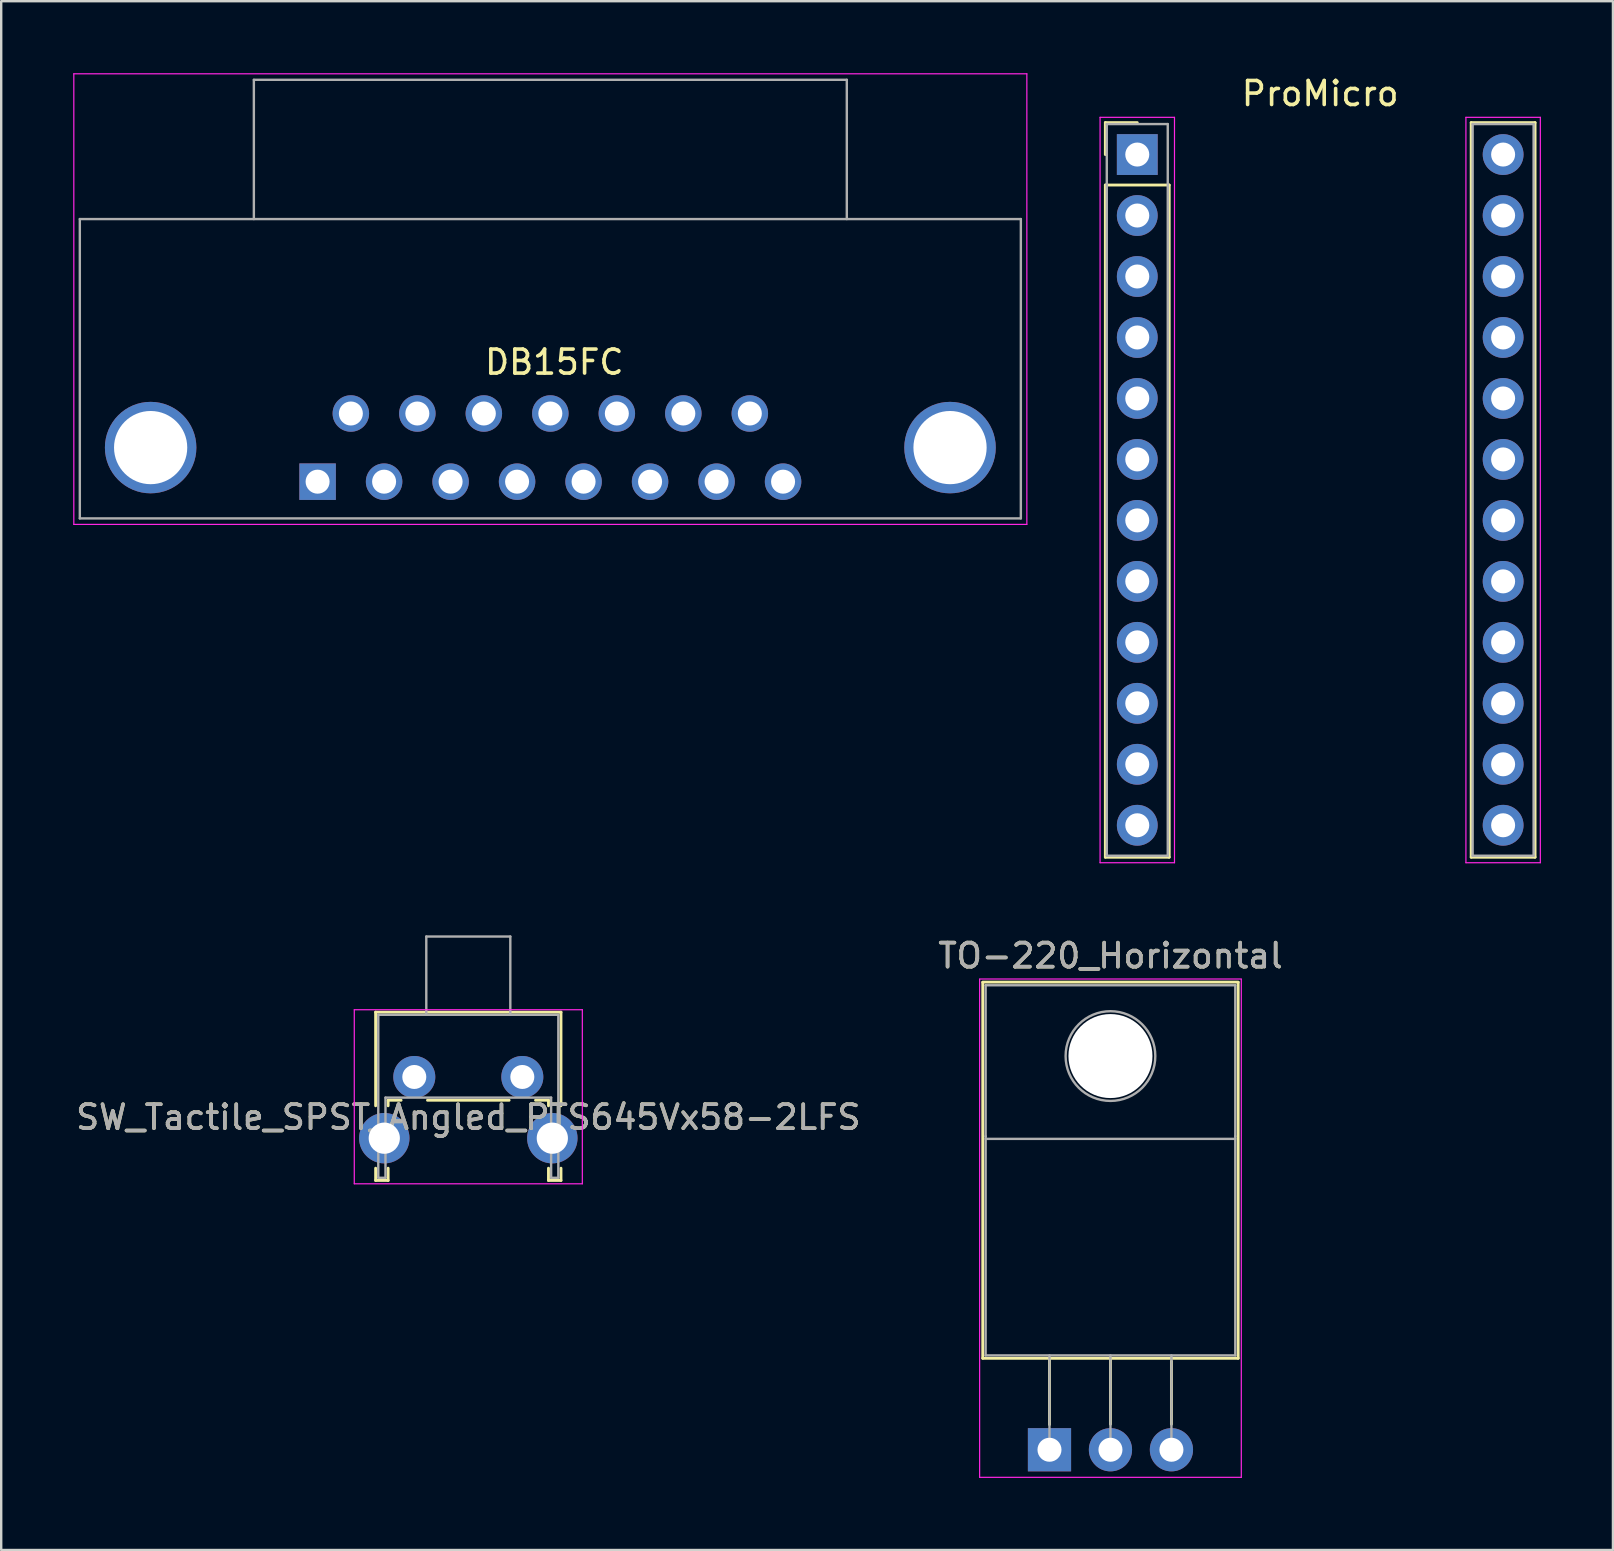
<source format=kicad_pcb>
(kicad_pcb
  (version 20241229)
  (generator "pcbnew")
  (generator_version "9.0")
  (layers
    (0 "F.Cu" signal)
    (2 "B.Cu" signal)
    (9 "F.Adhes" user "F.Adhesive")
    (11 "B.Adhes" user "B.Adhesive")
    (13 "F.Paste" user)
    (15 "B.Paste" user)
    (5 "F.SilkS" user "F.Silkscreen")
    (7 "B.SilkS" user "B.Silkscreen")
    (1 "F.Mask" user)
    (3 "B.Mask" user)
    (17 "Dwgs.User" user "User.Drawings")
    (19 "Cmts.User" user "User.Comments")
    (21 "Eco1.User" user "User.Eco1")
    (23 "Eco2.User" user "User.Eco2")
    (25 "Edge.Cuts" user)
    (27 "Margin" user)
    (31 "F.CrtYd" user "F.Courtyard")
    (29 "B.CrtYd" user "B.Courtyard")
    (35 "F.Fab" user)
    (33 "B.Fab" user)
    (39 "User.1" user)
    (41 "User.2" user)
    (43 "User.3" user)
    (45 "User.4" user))
  (footprint "ProMicro"
    (layer "F.Cu")
    (at 51.945 3.388)
    (property "Reference" "ProMicro" (at 0 -2.54 0) (layer "F.SilkS") (effects (font (size 1 1) (thickness 0.15))))
    (attr through_hole)
    (fp_line (start -8.95 -1.33) (end -7.62 -1.33) (stroke (width 0.12) (type solid)) (layer "F.SilkS"))
    (fp_line (start -8.95 0) (end -8.95 -1.33) (stroke (width 0.12) (type solid)) (layer "F.SilkS"))
    (fp_line (start -8.95 1.27) (end -8.95 29.27) (stroke (width 0.12) (type solid)) (layer "F.SilkS"))
    (fp_line (start -8.95 29.27) (end -6.29 29.27) (stroke (width 0.12) (type solid)) (layer "F.SilkS"))
    (fp_line (start -6.29 1.27) (end -8.95 1.27) (stroke (width 0.12) (type solid)) (layer "F.SilkS"))
    (fp_line (start -6.29 29.27) (end -6.29 1.27) (stroke (width 0.12) (type solid)) (layer "F.SilkS"))
    (fp_line (start 6.29 -1.33) (end 6.29 29.27) (stroke (width 0.12) (type solid)) (layer "F.SilkS"))
    (fp_line (start 6.29 29.27) (end 8.95 29.27) (stroke (width 0.12) (type solid)) (layer "F.SilkS"))
    (fp_line (start 8.95 -1.33) (end 6.29 -1.33) (stroke (width 0.12) (type solid)) (layer "F.SilkS"))
    (fp_line (start 8.95 29.27) (end 8.95 -1.33) (stroke (width 0.12) (type solid)) (layer "F.SilkS"))
    (fp_line (start -9.17 -1.55) (end -9.17 29.5) (stroke (width 0.05) (type solid)) (layer "F.CrtYd"))
    (fp_line (start -9.17 29.5) (end -6.07 29.5) (stroke (width 0.05) (type solid)) (layer "F.CrtYd"))
    (fp_line (start -6.07 -1.55) (end -9.17 -1.55) (stroke (width 0.05) (type solid)) (layer "F.CrtYd"))
    (fp_line (start -6.07 29.5) (end -6.07 -1.55) (stroke (width 0.05) (type solid)) (layer "F.CrtYd"))
    (fp_line (start 6.07 -1.55) (end 6.07 29.5) (stroke (width 0.05) (type solid)) (layer "F.CrtYd"))
    (fp_line (start 6.07 29.5) (end 9.17 29.5) (stroke (width 0.05) (type solid)) (layer "F.CrtYd"))
    (fp_line (start 9.17 -1.55) (end 6.07 -1.55) (stroke (width 0.05) (type solid)) (layer "F.CrtYd"))
    (fp_line (start 9.17 29.5) (end 9.17 -1.55) (stroke (width 0.05) (type solid)) (layer "F.CrtYd"))
    (fp_line (start -8.89 -1.27) (end -8.89 29.21) (stroke (width 0.1) (type solid)) (layer "F.Fab"))
    (fp_line (start -8.89 29.21) (end -6.35 29.21) (stroke (width 0.1) (type solid)) (layer "F.Fab"))
    (fp_line (start -6.35 -1.27) (end -8.89 -1.27) (stroke (width 0.1) (type solid)) (layer "F.Fab"))
    (fp_line (start -6.35 29.21) (end -6.35 -1.27) (stroke (width 0.1) (type solid)) (layer "F.Fab"))
    (fp_line (start 6.35 -1.27) (end 6.35 29.21) (stroke (width 0.1) (type solid)) (layer "F.Fab"))
    (fp_line (start 6.35 29.21) (end 8.89 29.21) (stroke (width 0.1) (type solid)) (layer "F.Fab"))
    (fp_line (start 8.89 -1.27) (end 6.35 -1.27) (stroke (width 0.1) (type solid)) (layer "F.Fab"))
    (fp_line (start 8.89 29.21) (end 8.89 -1.27) (stroke (width 0.1) (type solid)) (layer "F.Fab"))
    (pad "1" thru_hole rect (at -7.62 0) (size 1.7 1.7) (drill 1) (layers "*.Cu" "*.Mask"))
    (pad "2" thru_hole oval (at -7.62 2.54) (size 1.7 1.7) (drill 1) (layers "*.Cu" "*.Mask"))
    (pad "3" thru_hole oval (at -7.62 5.08) (size 1.7 1.7) (drill 1) (layers "*.Cu" "*.Mask"))
    (pad "4" thru_hole oval (at -7.62 7.62) (size 1.7 1.7) (drill 1) (layers "*.Cu" "*.Mask"))
    (pad "5" thru_hole oval (at -7.62 10.16) (size 1.7 1.7) (drill 1) (layers "*.Cu" "*.Mask"))
    (pad "6" thru_hole oval (at -7.62 12.7) (size 1.7 1.7) (drill 1) (layers "*.Cu" "*.Mask"))
    (pad "7" thru_hole oval (at -7.62 15.24) (size 1.7 1.7) (drill 1) (layers "*.Cu" "*.Mask"))
    (pad "8" thru_hole oval (at -7.62 17.78) (size 1.7 1.7) (drill 1) (layers "*.Cu" "*.Mask"))
    (pad "9" thru_hole oval (at -7.62 20.32) (size 1.7 1.7) (drill 1) (layers "*.Cu" "*.Mask"))
    (pad "10" thru_hole oval (at -7.62 22.86) (size 1.7 1.7) (drill 1) (layers "*.Cu" "*.Mask"))
    (pad "11" thru_hole oval (at -7.62 25.4) (size 1.7 1.7) (drill 1) (layers "*.Cu" "*.Mask"))
    (pad "12" thru_hole oval (at -7.62 27.94) (size 1.7 1.7) (drill 1) (layers "*.Cu" "*.Mask"))
    (pad "13" thru_hole oval (at 7.62 27.94) (size 1.7 1.7) (drill 1) (layers "*.Cu" "*.Mask"))
    (pad "14" thru_hole oval (at 7.62 25.4) (size 1.7 1.7) (drill 1) (layers "*.Cu" "*.Mask"))
    (pad "15" thru_hole oval (at 7.62 22.86) (size 1.7 1.7) (drill 1) (layers "*.Cu" "*.Mask"))
    (pad "16" thru_hole oval (at 7.62 20.32) (size 1.7 1.7) (drill 1) (layers "*.Cu" "*.Mask"))
    (pad "17" thru_hole oval (at 7.62 17.78) (size 1.7 1.7) (drill 1) (layers "*.Cu" "*.Mask"))
    (pad "18" thru_hole oval (at 7.62 15.24) (size 1.7 1.7) (drill 1) (layers "*.Cu" "*.Mask"))
    (pad "19" thru_hole oval (at 7.62 12.7) (size 1.7 1.7) (drill 1) (layers "*.Cu" "*.Mask"))
    (pad "20" thru_hole oval (at 7.62 10.16) (size 1.7 1.7) (drill 1) (layers "*.Cu" "*.Mask"))
    (pad "21" thru_hole oval (at 7.62 7.62) (size 1.7 1.7) (drill 1) (layers "*.Cu" "*.Mask"))
    (pad "22" thru_hole oval (at 7.62 5.08) (size 1.7 1.7) (drill 1) (layers "*.Cu" "*.Mask"))
    (pad "23" thru_hole oval (at 7.62 2.54) (size 1.7 1.7) (drill 1) (layers "*.Cu" "*.Mask"))
    (pad "24" thru_hole circle (at 7.62 0) (size 1.7 1.7) (drill 1) (layers "*.Cu" "*.Mask")))
  (footprint "TO-220_Horizontal"
    (layer "F.Cu")
    (at 40.668 57.342)
    (property "Reference" "TO-220_Horizontal" (at 2.54 -20.58 0) (layer "F.SilkS") (effects (font (size 1 1) (thickness 0.15))))
    (attr through_hole)
    (fp_line (start -2.78 -19.48) (end 7.86 -19.48) (stroke (width 0.12) (type solid)) (layer "F.SilkS"))
    (fp_line (start -2.78 -19.47) (end -2.78 -3.81) (stroke (width 0.12) (type solid)) (layer "F.SilkS"))
    (fp_line (start -2.78 -3.81) (end 7.86 -3.81) (stroke (width 0.12) (type solid)) (layer "F.SilkS"))
    (fp_line (start 0 -3.81) (end 0 -1.05) (stroke (width 0.12) (type solid)) (layer "F.SilkS"))
    (fp_line (start 2.54 -3.81) (end 2.54 -1.066) (stroke (width 0.12) (type solid)) (layer "F.SilkS"))
    (fp_line (start 5.08 -3.69) (end 5.08 -1.066) (stroke (width 0.12) (type solid)) (layer "F.SilkS"))
    (fp_line (start 7.86 -19.47) (end 7.86 -3.81) (stroke (width 0.12) (type solid)) (layer "F.SilkS"))
    (fp_line (start -2.91 -19.6) (end -2.91 1.15) (stroke (width 0.05) (type solid)) (layer "F.CrtYd"))
    (fp_line (start -2.91 1.15) (end 7.99 1.15) (stroke (width 0.05) (type solid)) (layer "F.CrtYd"))
    (fp_line (start 7.99 -19.61) (end -2.91 -19.61) (stroke (width 0.05) (type solid)) (layer "F.CrtYd"))
    (fp_line (start 7.99 1.15) (end 7.99 -19.6) (stroke (width 0.05) (type solid)) (layer "F.CrtYd"))
    (fp_line (start -2.66 -19.35) (end 7.74 -19.35) (stroke (width 0.1) (type solid)) (layer "F.Fab"))
    (fp_line (start -2.66 -13.06) (end -2.66 -19.35) (stroke (width 0.1) (type solid)) (layer "F.Fab"))
    (fp_line (start -2.66 -12.95) (end 7.74 -12.95) (stroke (width 0.1) (type solid)) (layer "F.Fab"))
    (fp_line (start -2.66 -3.93) (end -2.66 -13.06) (stroke (width 0.1) (type solid)) (layer "F.Fab"))
    (fp_line (start 0 -3.93) (end 0 0) (stroke (width 0.1) (type solid)) (layer "F.Fab"))
    (fp_line (start 2.54 -3.93) (end 2.54 0) (stroke (width 0.1) (type solid)) (layer "F.Fab"))
    (fp_line (start 5.08 -3.93) (end 5.08 0) (stroke (width 0.1) (type solid)) (layer "F.Fab"))
    (fp_line (start 7.74 -19.35) (end 7.74 -13.06) (stroke (width 0.1) (type solid)) (layer "F.Fab"))
    (fp_line (start 7.74 -13.06) (end 7.74 -3.93) (stroke (width 0.1) (type solid)) (layer "F.Fab"))
    (fp_line (start 7.74 -3.93) (end -2.66 -3.93) (stroke (width 0.1) (type solid)) (layer "F.Fab"))
    (fp_circle (center 2.54 -16.4) (end 4.39 -16.66) (stroke (width 0.1) (type solid)) (fill no) (layer "F.Fab"))
    (fp_text user "${REFERENCE}" (at 2.54 -20.58 0) (layer "F.Fab") (effects (font (size 1 1) (thickness 0.15))))
    (pad "" np_thru_hole oval (at 2.54 -16.4) (size 3.5 3.5) (drill 3.5) (layers "*.Cu" "*.Mask"))
    (pad "1" thru_hole rect (at 0 0) (size 1.8 1.8) (drill 1) (layers "*.Cu" "*.Mask"))
    (pad "2" thru_hole oval (at 2.54 0) (size 1.8 1.8) (drill 1) (layers "*.Cu" "*.Mask"))
    (pad "3" thru_hole oval (at 5.08 0) (size 1.8 1.8) (drill 1) (layers "*.Cu" "*.Mask")))
  (footprint "DB15FC"
    (layer "F.Cu")
    (at 10.18 17.015)
    (property "Reference" "DB15FC" (at 9.86 -4.98 0) (layer "F.SilkS") (effects (font (size 1 1) (thickness 0.15))))
    (attr through_hole)
    (fp_line (start -10.155 -16.99) (end -10.155 1.78) (stroke (width 0.05) (type solid)) (layer "F.CrtYd"))
    (fp_line (start -10.155 -16.99) (end 29.545 -16.99) (stroke (width 0.05) (type solid)) (layer "F.CrtYd"))
    (fp_line (start 29.545 1.78) (end -10.155 1.78) (stroke (width 0.05) (type solid)) (layer "F.CrtYd"))
    (fp_line (start 29.545 1.78) (end 29.545 -16.99) (stroke (width 0.05) (type solid)) (layer "F.CrtYd"))
    (fp_line (start -9.905 -10.94) (end 29.295 -10.94) (stroke (width 0.1) (type solid)) (layer "F.Fab"))
    (fp_line (start -9.905 1.53) (end -9.905 -10.94) (stroke (width 0.1) (type solid)) (layer "F.Fab"))
    (fp_line (start -2.655 -16.74) (end -2.655 -10.94) (stroke (width 0.1) (type solid)) (layer "F.Fab"))
    (fp_line (start -2.655 -16.74) (end 22.045 -16.74) (stroke (width 0.1) (type solid)) (layer "F.Fab"))
    (fp_line (start 22.045 -10.94) (end 22.045 -16.74) (stroke (width 0.1) (type solid)) (layer "F.Fab"))
    (fp_line (start 29.295 1.53) (end -9.905 1.53) (stroke (width 0.1) (type solid)) (layer "F.Fab"))
    (fp_line (start 29.295 1.53) (end 29.295 -10.94) (stroke (width 0.1) (type solid)) (layer "F.Fab"))
    (pad "" thru_hole circle (at -6.955 -1.42) (size 3.81 3.81) (drill 3.05) (layers "*.Cu" "*.Mask"))
    (pad "" thru_hole circle (at 26.345 -1.42) (size 3.81 3.81) (drill 3.05) (layers "*.Cu" "*.Mask"))
    (pad "1" thru_hole rect (at 0 0) (size 1.52 1.52) (drill 1) (layers "*.Cu" "*.Mask"))
    (pad "2" thru_hole circle (at 2.77 0) (size 1.52 1.52) (drill 1) (layers "*.Cu" "*.Mask"))
    (pad "3" thru_hole circle (at 5.54 0) (size 1.52 1.52) (drill 1) (layers "*.Cu" "*.Mask"))
    (pad "4" thru_hole circle (at 8.31 0) (size 1.52 1.52) (drill 1) (layers "*.Cu" "*.Mask"))
    (pad "5" thru_hole circle (at 11.08 0) (size 1.52 1.52) (drill 1) (layers "*.Cu" "*.Mask"))
    (pad "6" thru_hole circle (at 13.85 0) (size 1.52 1.52) (drill 1) (layers "*.Cu" "*.Mask"))
    (pad "7" thru_hole circle (at 16.62 0) (size 1.52 1.52) (drill 1) (layers "*.Cu" "*.Mask"))
    (pad "8" thru_hole circle (at 19.39 0) (size 1.52 1.52) (drill 1) (layers "*.Cu" "*.Mask"))
    (pad "9" thru_hole circle (at 1.385 -2.84) (size 1.52 1.52) (drill 1) (layers "*.Cu" "*.Mask"))
    (pad "10" thru_hole circle (at 4.155 -2.84) (size 1.52 1.52) (drill 1) (layers "*.Cu" "*.Mask"))
    (pad "11" thru_hole circle (at 6.925 -2.84) (size 1.52 1.52) (drill 1) (layers "*.Cu" "*.Mask"))
    (pad "12" thru_hole circle (at 9.695 -2.84) (size 1.52 1.52) (drill 1) (layers "*.Cu" "*.Mask"))
    (pad "13" thru_hole circle (at 12.465 -2.84) (size 1.52 1.52) (drill 1) (layers "*.Cu" "*.Mask"))
    (pad "14" thru_hole circle (at 15.235 -2.84) (size 1.52 1.52) (drill 1) (layers "*.Cu" "*.Mask"))
    (pad "15" thru_hole circle (at 18.005 -2.84) (size 1.52 1.52) (drill 1) (layers "*.Cu" "*.Mask")))
  (footprint "SW_Tactile_SPST_Angled_PTS645Vx58-2LFS"
    (layer "F.Cu")
    (at 14.208 41.813)
    (property "Reference" "SW_Tactile_SPST_Angled_PTS645Vx58-2LFS" (at 2.25 1.68 0) (layer "F.SilkS") (effects (font (size 1 1) (thickness 0.15))))
    (attr through_hole)
    (fp_line (start -1.61 -2.7) (end -1.61 1.2) (stroke (width 0.12) (type solid)) (layer "F.SilkS"))
    (fp_line (start -1.61 -2.7) (end 6.11 -2.7) (stroke (width 0.12) (type solid)) (layer "F.SilkS"))
    (fp_line (start -1.61 3.8) (end -1.61 4.31) (stroke (width 0.12) (type solid)) (layer "F.SilkS"))
    (fp_line (start -1.61 4.31) (end -1.09 4.31) (stroke (width 0.12) (type solid)) (layer "F.SilkS"))
    (fp_line (start -1.09 0.97) (end -1.09 1.2) (stroke (width 0.12) (type solid)) (layer "F.SilkS"))
    (fp_line (start -1.09 0.97) (end -0.55 0.97) (stroke (width 0.12) (type solid)) (layer "F.SilkS"))
    (fp_line (start -1.09 3.8) (end -1.09 4.31) (stroke (width 0.12) (type solid)) (layer "F.SilkS"))
    (fp_line (start 0.55 0.97) (end 3.95 0.97) (stroke (width 0.12) (type solid)) (layer "F.SilkS"))
    (fp_line (start 5.05 0.97) (end 5.59 0.97) (stroke (width 0.12) (type solid)) (layer "F.SilkS"))
    (fp_line (start 5.59 0.97) (end 5.59 1.2) (stroke (width 0.12) (type solid)) (layer "F.SilkS"))
    (fp_line (start 5.59 3.8) (end 5.59 4.31) (stroke (width 0.12) (type solid)) (layer "F.SilkS"))
    (fp_line (start 5.59 4.31) (end 6.11 4.31) (stroke (width 0.12) (type solid)) (layer "F.SilkS"))
    (fp_line (start 6.11 -2.7) (end 6.11 1.2) (stroke (width 0.12) (type solid)) (layer "F.SilkS"))
    (fp_line (start 6.11 3.8) (end 6.11 4.31) (stroke (width 0.12) (type solid)) (layer "F.SilkS"))
    (fp_line (start -2.5 -2.8) (end 7 -2.8) (stroke (width 0.05) (type solid)) (layer "F.CrtYd"))
    (fp_line (start -2.5 4.45) (end -2.5 -2.8) (stroke (width 0.05) (type solid)) (layer "F.CrtYd"))
    (fp_line (start 7 -2.8) (end 7 4.45) (stroke (width 0.05) (type solid)) (layer "F.CrtYd"))
    (fp_line (start 7 4.45) (end -2.5 4.45) (stroke (width 0.05) (type solid)) (layer "F.CrtYd"))
    (fp_line (start -1.5 -2.59) (end 6 -2.59) (stroke (width 0.1) (type solid)) (layer "F.Fab"))
    (fp_line (start -1.5 4.2) (end -1.5 -2.59) (stroke (width 0.1) (type solid)) (layer "F.Fab"))
    (fp_line (start -1.5 4.2) (end -1.2 4.2) (stroke (width 0.1) (type solid)) (layer "F.Fab"))
    (fp_line (start -1.2 0.86) (end 5.7 0.86) (stroke (width 0.1) (type solid)) (layer "F.Fab"))
    (fp_line (start -1.2 4.2) (end -1.2 0.86) (stroke (width 0.1) (type solid)) (layer "F.Fab"))
    (fp_line (start 0.5 -5.85) (end 0.5 -2.59) (stroke (width 0.1) (type solid)) (layer "F.Fab"))
    (fp_line (start 0.5 -5.85) (end 4 -5.85) (stroke (width 0.1) (type solid)) (layer "F.Fab"))
    (fp_line (start 4 -5.85) (end 4 -2.59) (stroke (width 0.1) (type solid)) (layer "F.Fab"))
    (fp_line (start 5.7 4.2) (end 5.7 0.86) (stroke (width 0.1) (type solid)) (layer "F.Fab"))
    (fp_line (start 5.7 4.2) (end 6 4.2) (stroke (width 0.1) (type solid)) (layer "F.Fab"))
    (fp_line (start 6 4.2) (end 6 -2.59) (stroke (width 0.1) (type solid)) (layer "F.Fab"))
    (fp_text user "${REFERENCE}" (at 2.25 1.68 0) (layer "F.Fab") (effects (font (size 1 1) (thickness 0.15))))
    (pad "" thru_hole circle (at -1.25 2.55) (size 2.1 2.1) (drill 1.3) (layers "*.Cu" "*.Mask"))
    (pad "" thru_hole circle (at 5.75 2.55) (size 2.1 2.1) (drill 1.3) (layers "*.Cu" "*.Mask"))
    (pad "1" thru_hole circle (at 0 0) (size 1.75 1.75) (drill 1) (layers "*.Cu" "*.Mask"))
    (pad "2" thru_hole circle (at 4.5 0) (size 1.75 1.75) (drill 1) (layers "*.Cu" "*.Mask")))
  (gr_rect
    (start -3 -3)
    (end 64.14 61.517)
    (stroke (width 0.1) (type default))
    (fill no)
    (layer "Edge.Cuts")))
</source>
